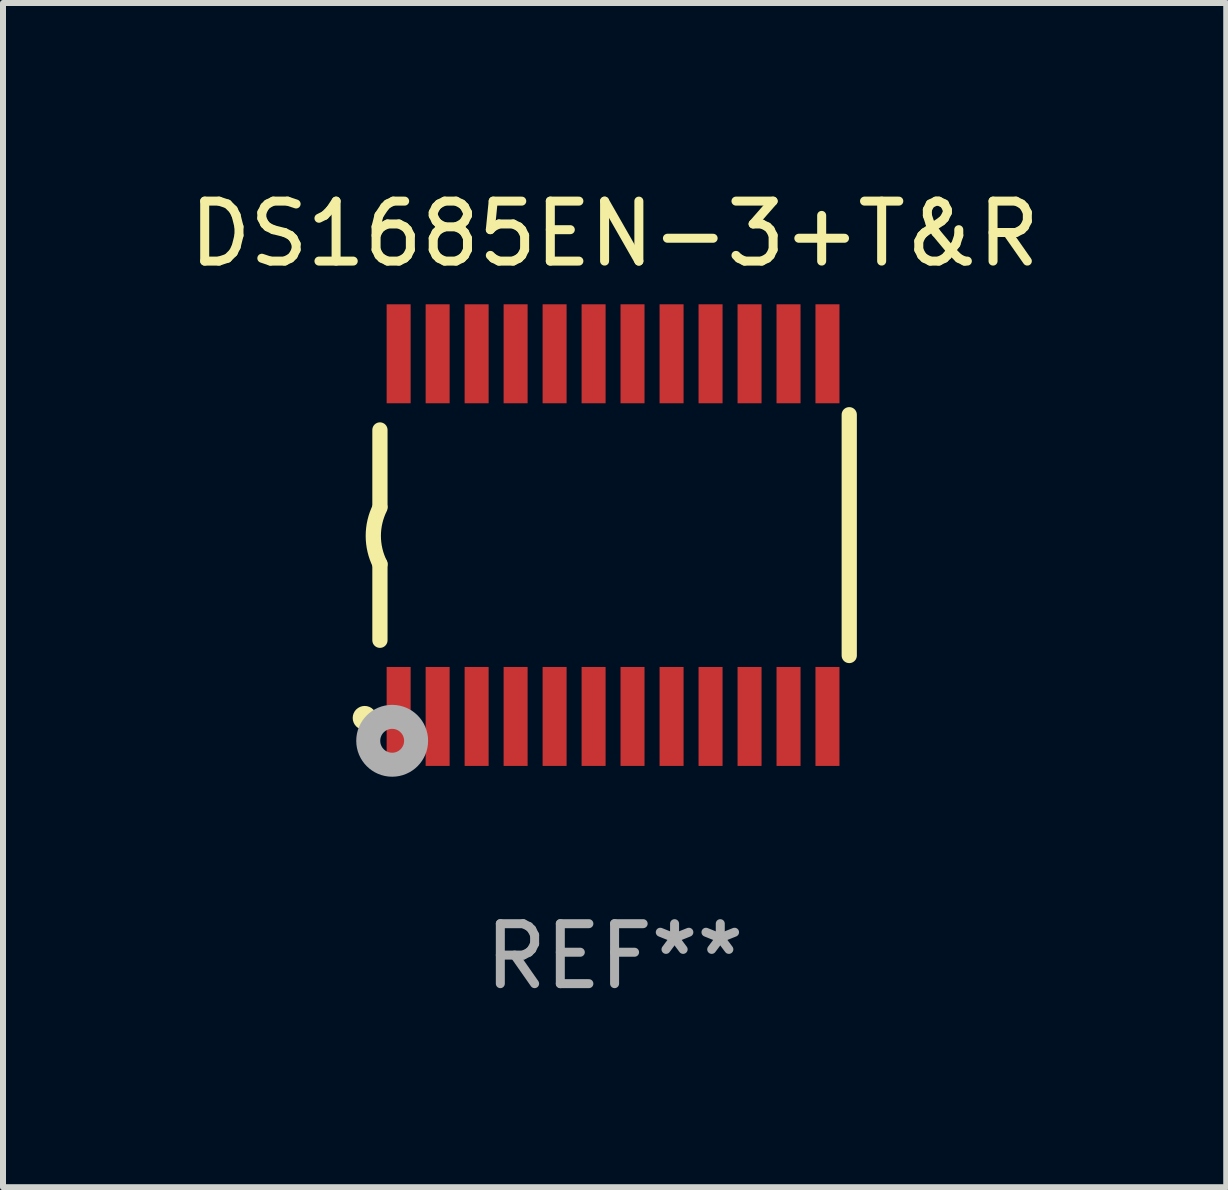
<source format=kicad_pcb>
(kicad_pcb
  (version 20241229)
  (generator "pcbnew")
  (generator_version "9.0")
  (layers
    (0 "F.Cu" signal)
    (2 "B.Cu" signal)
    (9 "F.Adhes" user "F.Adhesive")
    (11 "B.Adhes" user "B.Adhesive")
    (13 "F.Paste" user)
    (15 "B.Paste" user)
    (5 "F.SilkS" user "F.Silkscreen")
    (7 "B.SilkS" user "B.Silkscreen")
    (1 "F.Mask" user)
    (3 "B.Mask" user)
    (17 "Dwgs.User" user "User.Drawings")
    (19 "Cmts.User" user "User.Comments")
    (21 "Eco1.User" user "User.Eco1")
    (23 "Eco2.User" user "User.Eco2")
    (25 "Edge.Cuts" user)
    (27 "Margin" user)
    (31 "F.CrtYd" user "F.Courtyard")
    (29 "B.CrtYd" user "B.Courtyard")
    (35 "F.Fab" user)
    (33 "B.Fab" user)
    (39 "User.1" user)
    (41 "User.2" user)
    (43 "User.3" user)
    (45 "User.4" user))
  (footprint "DS1685EN-3+T&R"
    (layer "F.Cu")
    (at 7.196 5.871)
    (property "Reference" "DS1685EN-3+T&R" (at 0 -5.023 0) (layer "F.SilkS") (effects (font (size 1 1) (thickness 0.15))))
    (attr through_hole)
    (fp_line (start -3.912 -0.483) (end -3.912 -1.753) (stroke (width 0.254) (type solid)) (layer "F.SilkS"))
    (fp_line (start -3.912 1.753) (end -3.912 0.483) (stroke (width 0.254) (type solid)) (layer "F.SilkS"))
    (fp_line (start 3.912 -2.007) (end 3.912 2.007) (stroke (width 0.254) (type solid)) (layer "F.SilkS"))
    (fp_arc (start -3.911608 0.482601) (mid -4.022537 0.0127) (end -3.911608 -0.457201) (stroke (width 0.254001) (type solid)) (layer "F.SilkS"))
    (fp_circle (center -4.166 3.048) (end -4.066 3.048) (stroke (width 0.2) (type solid)) (fill no) (layer "F.SilkS"))
    (fp_circle (center -3.925 3.186) (end -3.895 3.186) (stroke (width 0.06) (type solid)) (fill no) (layer "F.SilkS"))
    (fp_circle (center -3.708 3.429) (end -3.509 3.429) (stroke (width 0.4) (type solid)) (fill no) (layer "F.Fab"))
    (fp_text user "REF**" (at 0 7.023 0) (layer "F.Fab") (effects (font (size 1 1) (thickness 0.15))))
    (pad "1" smd rect (at -3.6 3.023) (size 0.4 1.65) (layers "F.Cu" "F.Mask" "F.Paste"))
    (pad "2" smd rect (at -2.95 3.023) (size 0.4 1.65) (layers "F.Cu" "F.Mask" "F.Paste"))
    (pad "3" smd rect (at -2.3 3.023) (size 0.4 1.65) (layers "F.Cu" "F.Mask" "F.Paste"))
    (pad "4" smd rect (at -1.65 3.023) (size 0.4 1.65) (layers "F.Cu" "F.Mask" "F.Paste"))
    (pad "5" smd rect (at -1 3.023) (size 0.4 1.65) (layers "F.Cu" "F.Mask" "F.Paste"))
    (pad "6" smd rect (at -0.35 3.023) (size 0.4 1.65) (layers "F.Cu" "F.Mask" "F.Paste"))
    (pad "7" smd rect (at 0.299 3.023) (size 0.4 1.65) (layers "F.Cu" "F.Mask" "F.Paste"))
    (pad "8" smd rect (at 0.95 3.023) (size 0.4 1.65) (layers "F.Cu" "F.Mask" "F.Paste"))
    (pad "9" smd rect (at 1.6 3.023) (size 0.4 1.65) (layers "F.Cu" "F.Mask" "F.Paste"))
    (pad "10" smd rect (at 2.25 3.023) (size 0.4 1.65) (layers "F.Cu" "F.Mask" "F.Paste"))
    (pad "11" smd rect (at 2.9 3.023) (size 0.4 1.65) (layers "F.Cu" "F.Mask" "F.Paste"))
    (pad "12" smd rect (at 3.549 3.023) (size 0.4 1.65) (layers "F.Cu" "F.Mask" "F.Paste"))
    (pad "13" smd rect (at 3.549 -3.023) (size 0.4 1.65) (layers "F.Cu" "F.Mask" "F.Paste"))
    (pad "14" smd rect (at 2.9 -3.023) (size 0.4 1.65) (layers "F.Cu" "F.Mask" "F.Paste"))
    (pad "15" smd rect (at 2.25 -3.023) (size 0.4 1.65) (layers "F.Cu" "F.Mask" "F.Paste"))
    (pad "16" smd rect (at 1.6 -3.023) (size 0.4 1.65) (layers "F.Cu" "F.Mask" "F.Paste"))
    (pad "17" smd rect (at 0.95 -3.023) (size 0.4 1.65) (layers "F.Cu" "F.Mask" "F.Paste"))
    (pad "18" smd rect (at 0.299 -3.023) (size 0.4 1.65) (layers "F.Cu" "F.Mask" "F.Paste"))
    (pad "19" smd rect (at -0.35 -3.023) (size 0.4 1.65) (layers "F.Cu" "F.Mask" "F.Paste"))
    (pad "20" smd rect (at -1 -3.023) (size 0.4 1.65) (layers "F.Cu" "F.Mask" "F.Paste"))
    (pad "21" smd rect (at -1.65 -3.023) (size 0.4 1.65) (layers "F.Cu" "F.Mask" "F.Paste"))
    (pad "22" smd rect (at -2.3 -3.023) (size 0.4 1.65) (layers "F.Cu" "F.Mask" "F.Paste"))
    (pad "23" smd rect (at -2.95 -3.023) (size 0.4 1.65) (layers "F.Cu" "F.Mask" "F.Paste"))
    (pad "24" smd rect (at -3.6 -3.023) (size 0.4 1.65) (layers "F.Cu" "F.Mask" "F.Paste")))
  (gr_rect
    (start -3 -3)
    (end 17.393 16.742)
    (stroke (width 0.1) (type default))
    (fill no)
    (layer "Edge.Cuts")))
</source>
